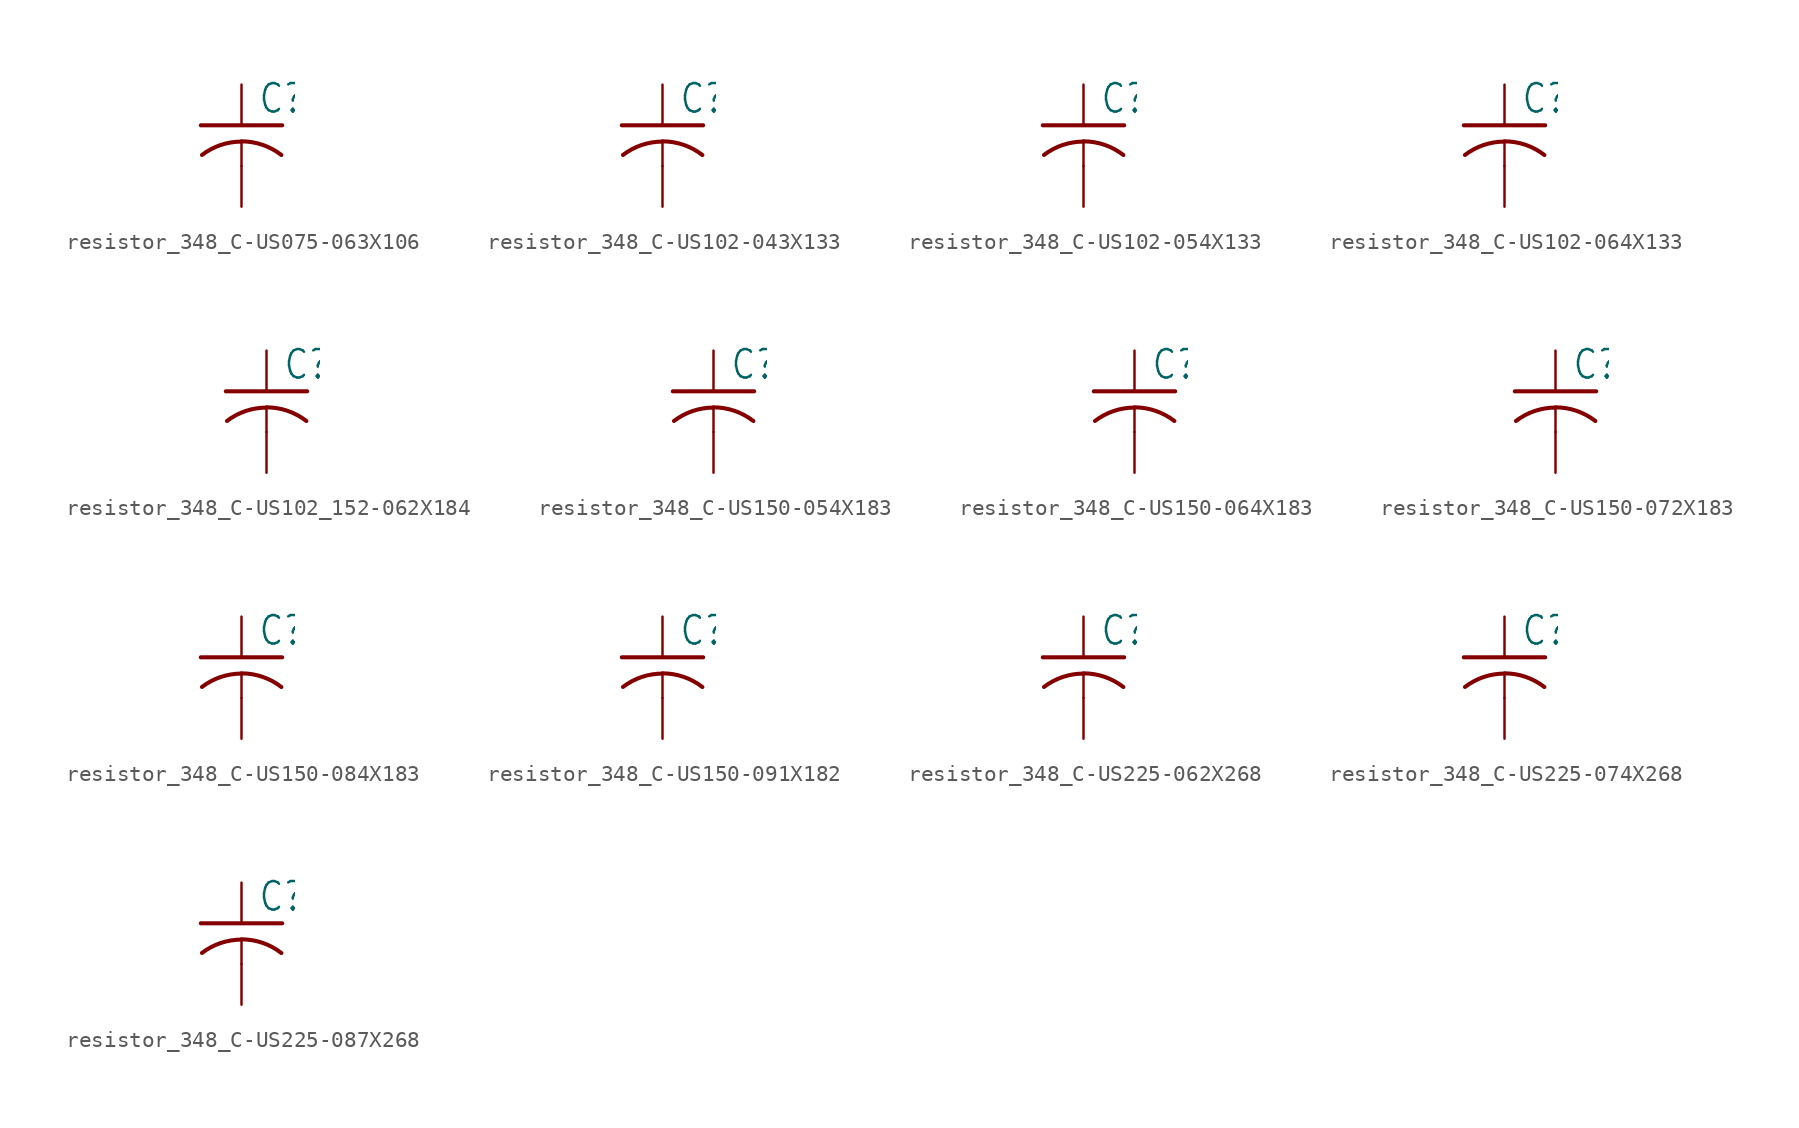
<source format=kicad_sym>
(kicad_symbol_lib
  (version 20241209)
  (generator "kicad_symbol_editor")
  (generator_version "9.0")
  (symbol "resistor_348_C-US075-063X106"
    (property "Reference" "C"
      (at 1.016 0.635 0)
      (effects (font (size 1.778 1.511)) (justify left bottom)))
    (property "Value" ""
      (at 1.016 -4.191 0)
      (effects (font (size 1.778 1.511)) (justify left bottom)))
    (property "ki_locked" ""
      (at 0 0 0)
      (effects (font (size 1.27 1.27))))
    (symbol "resistor_348_C-US075-063X106_1_0"
      (polyline (pts (xy -2.54 0) (xy 2.54 0)) (stroke (width 0.254) (type solid)) (fill (type none)))
      (polyline (pts (xy 0 -1.016) (xy 0 -2.54)) (stroke (width 0.152) (type solid)) (fill (type none)))
      (arc (start 0 -1) (mid 1.3158 -1.2195) (end 2.4892 -1.8541) (stroke (width 0.254) (type solid)) (fill (type none)))
      (arc (start -2.4668 -1.8504) (mid -1.302 -1.2303) (end 0 -1.0161) (stroke (width 0.254) (type solid)) (fill (type none)))
      (pin passive line (at 0 2.54 270) (length 2.54) (name "1" (effects (font (size 0 0)))) (number "1" (effects (font (size 0 0)))))
      (pin passive line (at 0 -5.08 90) (length 2.54) (name "2" (effects (font (size 0 0)))) (number "2" (effects (font (size 0 0)))))))
  (symbol "resistor_348_C-US102-043X133"
    (property "Reference" "C"
      (at 1.016 0.635 0)
      (effects (font (size 1.778 1.511)) (justify left bottom)))
    (property "Value" ""
      (at 1.016 -4.191 0)
      (effects (font (size 1.778 1.511)) (justify left bottom)))
    (property "ki_locked" ""
      (at 0 0 0)
      (effects (font (size 1.27 1.27))))
    (symbol "resistor_348_C-US102-043X133_1_0"
      (polyline (pts (xy -2.54 0) (xy 2.54 0)) (stroke (width 0.254) (type solid)) (fill (type none)))
      (polyline (pts (xy 0 -1.016) (xy 0 -2.54)) (stroke (width 0.152) (type solid)) (fill (type none)))
      (arc (start 0 -1) (mid 1.3158 -1.2195) (end 2.4892 -1.8541) (stroke (width 0.254) (type solid)) (fill (type none)))
      (arc (start -2.4668 -1.8504) (mid -1.302 -1.2303) (end 0 -1.0161) (stroke (width 0.254) (type solid)) (fill (type none)))
      (pin passive line (at 0 2.54 270) (length 2.54) (name "1" (effects (font (size 0 0)))) (number "1" (effects (font (size 0 0)))))
      (pin passive line (at 0 -5.08 90) (length 2.54) (name "2" (effects (font (size 0 0)))) (number "2" (effects (font (size 0 0)))))))
  (symbol "resistor_348_C-US102-054X133"
    (property "Reference" "C"
      (at 1.016 0.635 0)
      (effects (font (size 1.778 1.511)) (justify left bottom)))
    (property "Value" ""
      (at 1.016 -4.191 0)
      (effects (font (size 1.778 1.511)) (justify left bottom)))
    (property "ki_locked" ""
      (at 0 0 0)
      (effects (font (size 1.27 1.27))))
    (symbol "resistor_348_C-US102-054X133_1_0"
      (polyline (pts (xy -2.54 0) (xy 2.54 0)) (stroke (width 0.254) (type solid)) (fill (type none)))
      (polyline (pts (xy 0 -1.016) (xy 0 -2.54)) (stroke (width 0.152) (type solid)) (fill (type none)))
      (arc (start 0 -1) (mid 1.3158 -1.2195) (end 2.4892 -1.8541) (stroke (width 0.254) (type solid)) (fill (type none)))
      (arc (start -2.4668 -1.8504) (mid -1.302 -1.2303) (end 0 -1.0161) (stroke (width 0.254) (type solid)) (fill (type none)))
      (pin passive line (at 0 2.54 270) (length 2.54) (name "1" (effects (font (size 0 0)))) (number "1" (effects (font (size 0 0)))))
      (pin passive line (at 0 -5.08 90) (length 2.54) (name "2" (effects (font (size 0 0)))) (number "2" (effects (font (size 0 0)))))))
  (symbol "resistor_348_C-US102-064X133"
    (property "Reference" "C"
      (at 1.016 0.635 0)
      (effects (font (size 1.778 1.511)) (justify left bottom)))
    (property "Value" ""
      (at 1.016 -4.191 0)
      (effects (font (size 1.778 1.511)) (justify left bottom)))
    (property "ki_locked" ""
      (at 0 0 0)
      (effects (font (size 1.27 1.27))))
    (symbol "resistor_348_C-US102-064X133_1_0"
      (polyline (pts (xy -2.54 0) (xy 2.54 0)) (stroke (width 0.254) (type solid)) (fill (type none)))
      (polyline (pts (xy 0 -1.016) (xy 0 -2.54)) (stroke (width 0.152) (type solid)) (fill (type none)))
      (arc (start 0 -1) (mid 1.3158 -1.2195) (end 2.4892 -1.8541) (stroke (width 0.254) (type solid)) (fill (type none)))
      (arc (start -2.4668 -1.8504) (mid -1.302 -1.2303) (end 0 -1.0161) (stroke (width 0.254) (type solid)) (fill (type none)))
      (pin passive line (at 0 2.54 270) (length 2.54) (name "1" (effects (font (size 0 0)))) (number "1" (effects (font (size 0 0)))))
      (pin passive line (at 0 -5.08 90) (length 2.54) (name "2" (effects (font (size 0 0)))) (number "2" (effects (font (size 0 0)))))))
  (symbol "resistor_348_C-US102_152-062X184"
    (property "Reference" "C"
      (at 1.016 0.635 0)
      (effects (font (size 1.778 1.511)) (justify left bottom)))
    (property "Value" ""
      (at 1.016 -4.191 0)
      (effects (font (size 1.778 1.511)) (justify left bottom)))
    (property "ki_locked" ""
      (at 0 0 0)
      (effects (font (size 1.27 1.27))))
    (symbol "resistor_348_C-US102_152-062X184_1_0"
      (polyline (pts (xy -2.54 0) (xy 2.54 0)) (stroke (width 0.254) (type solid)) (fill (type none)))
      (polyline (pts (xy 0 -1.016) (xy 0 -2.54)) (stroke (width 0.152) (type solid)) (fill (type none)))
      (arc (start 0 -1) (mid 1.3158 -1.2195) (end 2.4892 -1.8541) (stroke (width 0.254) (type solid)) (fill (type none)))
      (arc (start -2.4668 -1.8504) (mid -1.302 -1.2303) (end 0 -1.0161) (stroke (width 0.254) (type solid)) (fill (type none)))
      (pin passive line (at 0 2.54 270) (length 2.54) (name "1" (effects (font (size 0 0)))) (number "1" (effects (font (size 0 0)))))
      (pin passive line (at 0 -5.08 90) (length 2.54) (name "2" (effects (font (size 0 0)))) (number "2" (effects (font (size 0 0)))))))
  (symbol "resistor_348_C-US150-054X183"
    (property "Reference" "C"
      (at 1.016 0.635 0)
      (effects (font (size 1.778 1.511)) (justify left bottom)))
    (property "Value" ""
      (at 1.016 -4.191 0)
      (effects (font (size 1.778 1.511)) (justify left bottom)))
    (property "ki_locked" ""
      (at 0 0 0)
      (effects (font (size 1.27 1.27))))
    (symbol "resistor_348_C-US150-054X183_1_0"
      (polyline (pts (xy -2.54 0) (xy 2.54 0)) (stroke (width 0.254) (type solid)) (fill (type none)))
      (polyline (pts (xy 0 -1.016) (xy 0 -2.54)) (stroke (width 0.152) (type solid)) (fill (type none)))
      (arc (start 0 -1) (mid 1.3158 -1.2195) (end 2.4892 -1.8541) (stroke (width 0.254) (type solid)) (fill (type none)))
      (arc (start -2.4668 -1.8504) (mid -1.302 -1.2303) (end 0 -1.0161) (stroke (width 0.254) (type solid)) (fill (type none)))
      (pin passive line (at 0 2.54 270) (length 2.54) (name "1" (effects (font (size 0 0)))) (number "1" (effects (font (size 0 0)))))
      (pin passive line (at 0 -5.08 90) (length 2.54) (name "2" (effects (font (size 0 0)))) (number "2" (effects (font (size 0 0)))))))
  (symbol "resistor_348_C-US150-064X183"
    (property "Reference" "C"
      (at 1.016 0.635 0)
      (effects (font (size 1.778 1.511)) (justify left bottom)))
    (property "Value" ""
      (at 1.016 -4.191 0)
      (effects (font (size 1.778 1.511)) (justify left bottom)))
    (property "ki_locked" ""
      (at 0 0 0)
      (effects (font (size 1.27 1.27))))
    (symbol "resistor_348_C-US150-064X183_1_0"
      (polyline (pts (xy -2.54 0) (xy 2.54 0)) (stroke (width 0.254) (type solid)) (fill (type none)))
      (polyline (pts (xy 0 -1.016) (xy 0 -2.54)) (stroke (width 0.152) (type solid)) (fill (type none)))
      (arc (start 0 -1) (mid 1.3158 -1.2195) (end 2.4892 -1.8541) (stroke (width 0.254) (type solid)) (fill (type none)))
      (arc (start -2.4668 -1.8504) (mid -1.302 -1.2303) (end 0 -1.0161) (stroke (width 0.254) (type solid)) (fill (type none)))
      (pin passive line (at 0 2.54 270) (length 2.54) (name "1" (effects (font (size 0 0)))) (number "1" (effects (font (size 0 0)))))
      (pin passive line (at 0 -5.08 90) (length 2.54) (name "2" (effects (font (size 0 0)))) (number "2" (effects (font (size 0 0)))))))
  (symbol "resistor_348_C-US150-072X183"
    (property "Reference" "C"
      (at 1.016 0.635 0)
      (effects (font (size 1.778 1.511)) (justify left bottom)))
    (property "Value" ""
      (at 1.016 -4.191 0)
      (effects (font (size 1.778 1.511)) (justify left bottom)))
    (property "ki_locked" ""
      (at 0 0 0)
      (effects (font (size 1.27 1.27))))
    (symbol "resistor_348_C-US150-072X183_1_0"
      (polyline (pts (xy -2.54 0) (xy 2.54 0)) (stroke (width 0.254) (type solid)) (fill (type none)))
      (polyline (pts (xy 0 -1.016) (xy 0 -2.54)) (stroke (width 0.152) (type solid)) (fill (type none)))
      (arc (start 0 -1) (mid 1.3158 -1.2195) (end 2.4892 -1.8541) (stroke (width 0.254) (type solid)) (fill (type none)))
      (arc (start -2.4668 -1.8504) (mid -1.302 -1.2303) (end 0 -1.0161) (stroke (width 0.254) (type solid)) (fill (type none)))
      (pin passive line (at 0 2.54 270) (length 2.54) (name "1" (effects (font (size 0 0)))) (number "1" (effects (font (size 0 0)))))
      (pin passive line (at 0 -5.08 90) (length 2.54) (name "2" (effects (font (size 0 0)))) (number "2" (effects (font (size 0 0)))))))
  (symbol "resistor_348_C-US150-084X183"
    (property "Reference" "C"
      (at 1.016 0.635 0)
      (effects (font (size 1.778 1.511)) (justify left bottom)))
    (property "Value" ""
      (at 1.016 -4.191 0)
      (effects (font (size 1.778 1.511)) (justify left bottom)))
    (property "ki_locked" ""
      (at 0 0 0)
      (effects (font (size 1.27 1.27))))
    (symbol "resistor_348_C-US150-084X183_1_0"
      (polyline (pts (xy -2.54 0) (xy 2.54 0)) (stroke (width 0.254) (type solid)) (fill (type none)))
      (polyline (pts (xy 0 -1.016) (xy 0 -2.54)) (stroke (width 0.152) (type solid)) (fill (type none)))
      (arc (start 0 -1) (mid 1.3158 -1.2195) (end 2.4892 -1.8541) (stroke (width 0.254) (type solid)) (fill (type none)))
      (arc (start -2.4668 -1.8504) (mid -1.302 -1.2303) (end 0 -1.0161) (stroke (width 0.254) (type solid)) (fill (type none)))
      (pin passive line (at 0 2.54 270) (length 2.54) (name "1" (effects (font (size 0 0)))) (number "1" (effects (font (size 0 0)))))
      (pin passive line (at 0 -5.08 90) (length 2.54) (name "2" (effects (font (size 0 0)))) (number "2" (effects (font (size 0 0)))))))
  (symbol "resistor_348_C-US150-091X182"
    (property "Reference" "C"
      (at 1.016 0.635 0)
      (effects (font (size 1.778 1.511)) (justify left bottom)))
    (property "Value" ""
      (at 1.016 -4.191 0)
      (effects (font (size 1.778 1.511)) (justify left bottom)))
    (property "ki_locked" ""
      (at 0 0 0)
      (effects (font (size 1.27 1.27))))
    (symbol "resistor_348_C-US150-091X182_1_0"
      (polyline (pts (xy -2.54 0) (xy 2.54 0)) (stroke (width 0.254) (type solid)) (fill (type none)))
      (polyline (pts (xy 0 -1.016) (xy 0 -2.54)) (stroke (width 0.152) (type solid)) (fill (type none)))
      (arc (start 0 -1) (mid 1.3158 -1.2195) (end 2.4892 -1.8541) (stroke (width 0.254) (type solid)) (fill (type none)))
      (arc (start -2.4668 -1.8504) (mid -1.302 -1.2303) (end 0 -1.0161) (stroke (width 0.254) (type solid)) (fill (type none)))
      (pin passive line (at 0 2.54 270) (length 2.54) (name "1" (effects (font (size 0 0)))) (number "1" (effects (font (size 0 0)))))
      (pin passive line (at 0 -5.08 90) (length 2.54) (name "2" (effects (font (size 0 0)))) (number "2" (effects (font (size 0 0)))))))
  (symbol "resistor_348_C-US225-062X268"
    (property "Reference" "C"
      (at 1.016 0.635 0)
      (effects (font (size 1.778 1.511)) (justify left bottom)))
    (property "Value" ""
      (at 1.016 -4.191 0)
      (effects (font (size 1.778 1.511)) (justify left bottom)))
    (property "ki_locked" ""
      (at 0 0 0)
      (effects (font (size 1.27 1.27))))
    (symbol "resistor_348_C-US225-062X268_1_0"
      (polyline (pts (xy -2.54 0) (xy 2.54 0)) (stroke (width 0.254) (type solid)) (fill (type none)))
      (polyline (pts (xy 0 -1.016) (xy 0 -2.54)) (stroke (width 0.152) (type solid)) (fill (type none)))
      (arc (start 0 -1) (mid 1.3158 -1.2195) (end 2.4892 -1.8541) (stroke (width 0.254) (type solid)) (fill (type none)))
      (arc (start -2.4668 -1.8504) (mid -1.302 -1.2303) (end 0 -1.0161) (stroke (width 0.254) (type solid)) (fill (type none)))
      (pin passive line (at 0 2.54 270) (length 2.54) (name "1" (effects (font (size 0 0)))) (number "1" (effects (font (size 0 0)))))
      (pin passive line (at 0 -5.08 90) (length 2.54) (name "2" (effects (font (size 0 0)))) (number "2" (effects (font (size 0 0)))))))
  (symbol "resistor_348_C-US225-074X268"
    (property "Reference" "C"
      (at 1.016 0.635 0)
      (effects (font (size 1.778 1.511)) (justify left bottom)))
    (property "Value" ""
      (at 1.016 -4.191 0)
      (effects (font (size 1.778 1.511)) (justify left bottom)))
    (property "ki_locked" ""
      (at 0 0 0)
      (effects (font (size 1.27 1.27))))
    (symbol "resistor_348_C-US225-074X268_1_0"
      (polyline (pts (xy -2.54 0) (xy 2.54 0)) (stroke (width 0.254) (type solid)) (fill (type none)))
      (polyline (pts (xy 0 -1.016) (xy 0 -2.54)) (stroke (width 0.152) (type solid)) (fill (type none)))
      (arc (start 0 -1) (mid 1.3158 -1.2195) (end 2.4892 -1.8541) (stroke (width 0.254) (type solid)) (fill (type none)))
      (arc (start -2.4668 -1.8504) (mid -1.302 -1.2303) (end 0 -1.0161) (stroke (width 0.254) (type solid)) (fill (type none)))
      (pin passive line (at 0 2.54 270) (length 2.54) (name "1" (effects (font (size 0 0)))) (number "1" (effects (font (size 0 0)))))
      (pin passive line (at 0 -5.08 90) (length 2.54) (name "2" (effects (font (size 0 0)))) (number "2" (effects (font (size 0 0)))))))
  (symbol "resistor_348_C-US225-087X268"
    (property "Reference" "C"
      (at 1.016 0.635 0)
      (effects (font (size 1.778 1.511)) (justify left bottom)))
    (property "Value" ""
      (at 1.016 -4.191 0)
      (effects (font (size 1.778 1.511)) (justify left bottom)))
    (property "ki_locked" ""
      (at 0 0 0)
      (effects (font (size 1.27 1.27))))
    (symbol "resistor_348_C-US225-087X268_1_0"
      (polyline (pts (xy -2.54 0) (xy 2.54 0)) (stroke (width 0.254) (type solid)) (fill (type none)))
      (polyline (pts (xy 0 -1.016) (xy 0 -2.54)) (stroke (width 0.152) (type solid)) (fill (type none)))
      (arc (start 0 -1) (mid 1.3158 -1.2195) (end 2.4892 -1.8541) (stroke (width 0.254) (type solid)) (fill (type none)))
      (arc (start -2.4668 -1.8504) (mid -1.302 -1.2303) (end 0 -1.0161) (stroke (width 0.254) (type solid)) (fill (type none)))
      (pin passive line (at 0 2.54 270) (length 2.54) (name "1" (effects (font (size 0 0)))) (number "1" (effects (font (size 0 0)))))
      (pin passive line (at 0 -5.08 90) (length 2.54) (name "2" (effects (font (size 0 0)))) (number "2" (effects (font (size 0 0))))))))
</source>
